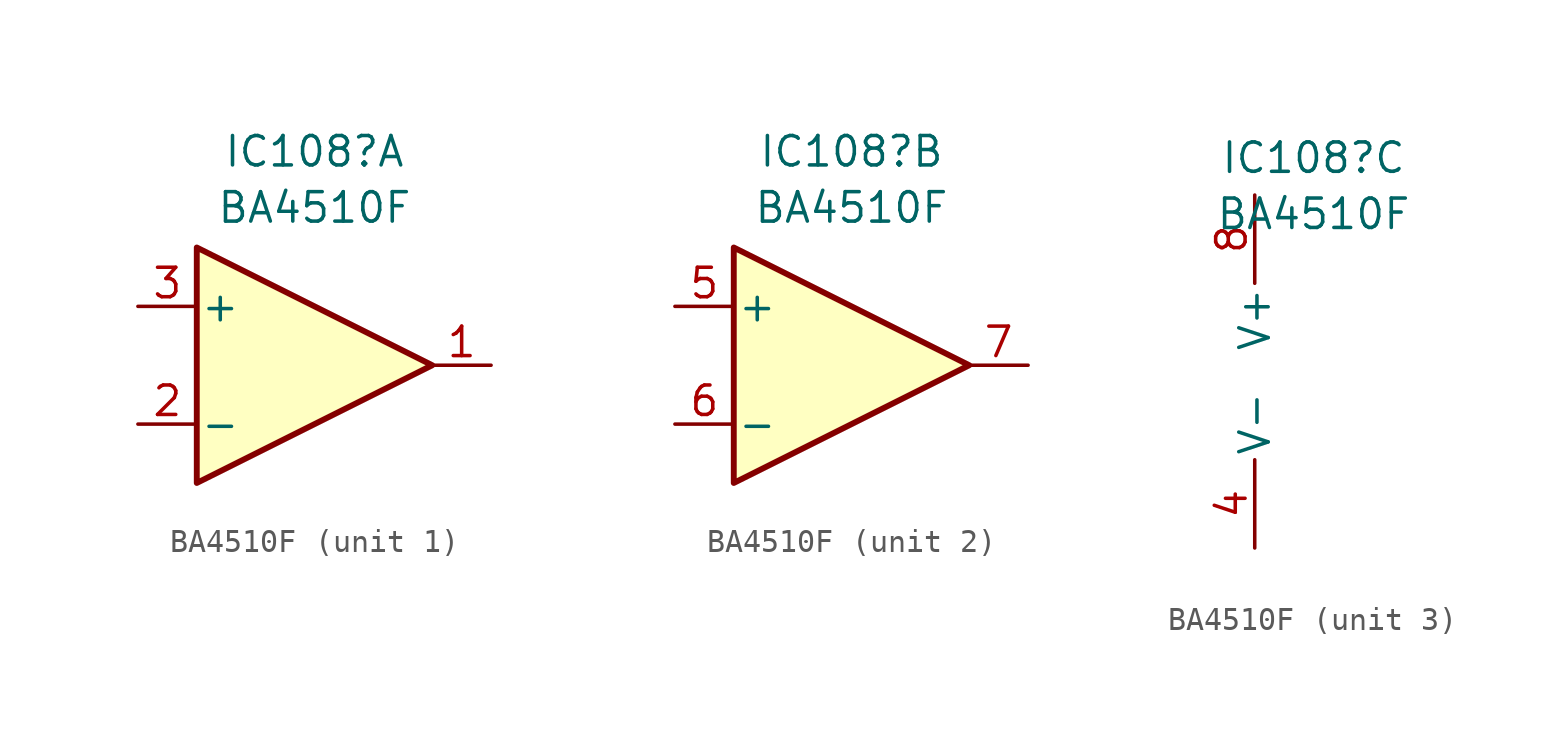
<source format=kicad_sym>
(kicad_symbol_lib
  (version 20220914)
  (generator kicad_symbol_editor)
  (symbol "BA4510F"
    (pin_names
      (offset 0.127))
    (property "Reference" "IC108"
      (at 0 9.224 0)
      (effects (font (size 1.27 1.27))))
    (property "Value" "BA4510F"
      (at 0 6.8 0)
      (effects (font (size 1.27 1.27))))
    (property "ki_locked" ""
      (at 0 0 0)
      (effects (font (size 1.27 1.27))))
    (symbol "BA4510F_1_1"
      (polyline (pts (xy -5.08 5.08) (xy 5.08 0) (xy -5.08 -5.08) (xy -5.08 5.08)) (stroke (width 0.254) (type default)) (fill (type background)))
      (pin output line (at 7.62 0 180) (length 2.54) (name "~" (effects (font (size 1.27 1.27)))) (number "1" (effects (font (size 1.27 1.27)))))
      (pin input line (at -7.62 -2.54 0) (length 2.54) (name "-" (effects (font (size 1.27 1.27)))) (number "2" (effects (font (size 1.27 1.27)))))
      (pin input line (at -7.62 2.54 0) (length 2.54) (name "+" (effects (font (size 1.27 1.27)))) (number "3" (effects (font (size 1.27 1.27))))))
    (symbol "BA4510F_2_1"
      (polyline (pts (xy -5.08 5.08) (xy 5.08 0) (xy -5.08 -5.08) (xy -5.08 5.08)) (stroke (width 0.254) (type default)) (fill (type background)))
      (pin input line (at -7.62 2.54 0) (length 2.54) (name "+" (effects (font (size 1.27 1.27)))) (number "5" (effects (font (size 1.27 1.27)))))
      (pin input line (at -7.62 -2.54 0) (length 2.54) (name "-" (effects (font (size 1.27 1.27)))) (number "6" (effects (font (size 1.27 1.27)))))
      (pin output line (at 7.62 0 180) (length 2.54) (name "~" (effects (font (size 1.27 1.27)))) (number "7" (effects (font (size 1.27 1.27))))))
    (symbol "BA4510F_3_1"
      (pin power_in line (at -2.54 -7.62 90) (length 3.81) (name "V-" (effects (font (size 1.27 1.27)))) (number "4" (effects (font (size 1.27 1.27)))))
      (pin power_in line (at -2.54 7.62 270) (length 3.81) (name "V+" (effects (font (size 1.27 1.27)))) (number "8" (effects (font (size 1.27 1.27))))))))
</source>
